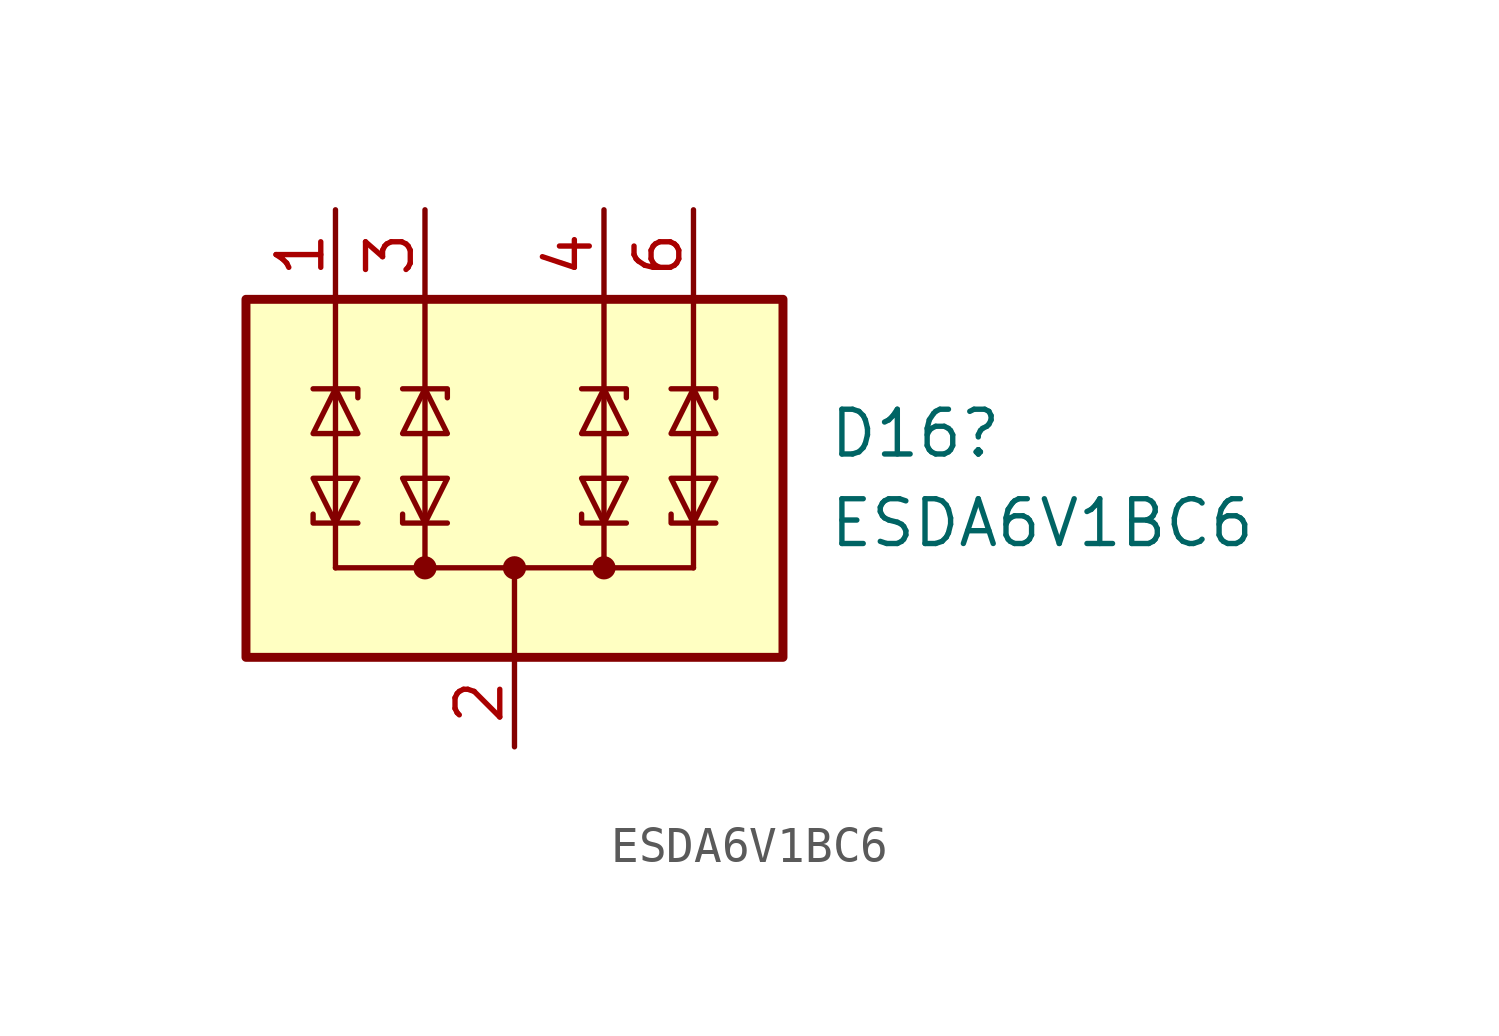
<source format=kicad_sym>
(kicad_symbol_lib
  (version 20211014)
  (generator kicad_symbol_editor)
  (symbol "ESDA6V1BC6"
    (pin_names hide)
    (property "Reference" "D16"
      (at 8.89 1.27 0)
      (effects (font (size 1.27 1.27)) (justify left)))
    (property "Value" "ESDA6V1BC6"
      (at 8.89 -1.27 0)
      (effects (font (size 1.27 1.27)) (justify left)))
    (symbol "ESDA6V1BC6_0_0"
      (pin passive line (at 0 -7.62 90) (length 2.54) (name "COM" (effects (font (size 1.27 1.27)))) (number "2" (effects (font (size 1.27 1.27))))))
    (symbol "ESDA6V1BC6_0_1"
      (rectangle (start -7.62 5.08) (end 7.62 -5.08) (stroke (width 0.254) (type default) (color 0 0 0 0)) (fill (type background)))
      (circle (center -2.54 -2.54) (radius 0.254) (stroke (width 0) (type default) (color 0 0 0 0)) (fill (type outline)))
      (circle (center 0 -2.54) (radius 0.254) (stroke (width 0) (type default) (color 0 0 0 0)) (fill (type outline)))
      (polyline (pts (xy -5.08 -2.54) (xy -5.08 -1.27)) (stroke (width 0) (type default) (color 0 0 0 0)) (fill (type none)))
      (polyline (pts (xy -5.08 -2.54) (xy 5.08 -2.54)) (stroke (width 0) (type default) (color 0 0 0 0)) (fill (type none)))
      (polyline (pts (xy -5.08 2.54) (xy -5.08 -1.27)) (stroke (width 0) (type default) (color 0 0 0 0)) (fill (type none)))
      (polyline (pts (xy -5.08 5.08) (xy -5.08 2.54)) (stroke (width 0) (type default) (color 0 0 0 0)) (fill (type none)))
      (polyline (pts (xy -2.54 -2.54) (xy -2.54 -1.27)) (stroke (width 0) (type default) (color 0 0 0 0)) (fill (type none)))
      (polyline (pts (xy -2.54 2.54) (xy -2.54 -1.27)) (stroke (width 0) (type default) (color 0 0 0 0)) (fill (type none)))
      (polyline (pts (xy -2.54 5.08) (xy -2.54 2.54)) (stroke (width 0) (type default) (color 0 0 0 0)) (fill (type none)))
      (polyline (pts (xy 0 -2.54) (xy 0 -5.08)) (stroke (width 0) (type default) (color 0 0 0 0)) (fill (type none)))
      (polyline (pts (xy 2.54 -2.54) (xy 2.54 -1.27)) (stroke (width 0) (type default) (color 0 0 0 0)) (fill (type none)))
      (polyline (pts (xy 2.54 2.54) (xy 2.54 -1.27)) (stroke (width 0) (type default) (color 0 0 0 0)) (fill (type none)))
      (polyline (pts (xy 2.54 5.08) (xy 2.54 2.54)) (stroke (width 0) (type default) (color 0 0 0 0)) (fill (type none)))
      (polyline (pts (xy 5.08 -2.54) (xy 5.08 -1.27)) (stroke (width 0) (type default) (color 0 0 0 0)) (fill (type none)))
      (polyline (pts (xy 5.08 2.54) (xy 5.08 -1.27)) (stroke (width 0) (type default) (color 0 0 0 0)) (fill (type none)))
      (polyline (pts (xy 5.08 5.08) (xy 5.08 2.54)) (stroke (width 0) (type default) (color 0 0 0 0)) (fill (type none)))
      (polyline (pts (xy -5.715 -1.016) (xy -5.715 -1.27) (xy -4.445 -1.27)) (stroke (width 0) (type default) (color 0 0 0 0)) (fill (type none)))
      (polyline (pts (xy -5.715 2.54) (xy -4.445 2.54) (xy -4.445 2.286)) (stroke (width 0) (type default) (color 0 0 0 0)) (fill (type none)))
      (polyline (pts (xy -3.175 -1.016) (xy -3.175 -1.27) (xy -1.905 -1.27)) (stroke (width 0) (type default) (color 0 0 0 0)) (fill (type none)))
      (polyline (pts (xy -3.175 2.54) (xy -1.905 2.54) (xy -1.905 2.286)) (stroke (width 0) (type default) (color 0 0 0 0)) (fill (type none)))
      (polyline (pts (xy 1.905 -1.016) (xy 1.905 -1.27) (xy 3.175 -1.27)) (stroke (width 0) (type default) (color 0 0 0 0)) (fill (type none)))
      (polyline (pts (xy 1.905 2.54) (xy 3.175 2.54) (xy 3.175 2.286)) (stroke (width 0) (type default) (color 0 0 0 0)) (fill (type none)))
      (polyline (pts (xy 4.445 -1.016) (xy 4.445 -1.27) (xy 5.715 -1.27)) (stroke (width 0) (type default) (color 0 0 0 0)) (fill (type none)))
      (polyline (pts (xy 4.445 2.54) (xy 5.715 2.54) (xy 5.715 2.286)) (stroke (width 0) (type default) (color 0 0 0 0)) (fill (type none)))
      (polyline (pts (xy -5.08 -1.27) (xy -5.715 0) (xy -4.445 0) (xy -5.08 -1.27)) (stroke (width 0) (type default) (color 0 0 0 0)) (fill (type none)))
      (polyline (pts (xy -5.08 2.54) (xy -4.445 1.27) (xy -5.715 1.27) (xy -5.08 2.54)) (stroke (width 0) (type default) (color 0 0 0 0)) (fill (type none)))
      (polyline (pts (xy -2.54 -1.27) (xy -3.175 0) (xy -1.905 0) (xy -2.54 -1.27)) (stroke (width 0) (type default) (color 0 0 0 0)) (fill (type none)))
      (polyline (pts (xy -2.54 2.54) (xy -1.905 1.27) (xy -3.175 1.27) (xy -2.54 2.54)) (stroke (width 0) (type default) (color 0 0 0 0)) (fill (type none)))
      (polyline (pts (xy 2.54 -1.27) (xy 1.905 0) (xy 3.175 0) (xy 2.54 -1.27)) (stroke (width 0) (type default) (color 0 0 0 0)) (fill (type none)))
      (polyline (pts (xy 2.54 2.54) (xy 3.175 1.27) (xy 1.905 1.27) (xy 2.54 2.54)) (stroke (width 0) (type default) (color 0 0 0 0)) (fill (type none)))
      (polyline (pts (xy 5.08 -1.27) (xy 4.445 0) (xy 5.715 0) (xy 5.08 -1.27)) (stroke (width 0) (type default) (color 0 0 0 0)) (fill (type none)))
      (polyline (pts (xy 5.08 2.54) (xy 5.715 1.27) (xy 4.445 1.27) (xy 5.08 2.54)) (stroke (width 0) (type default) (color 0 0 0 0)) (fill (type none)))
      (circle (center 2.54 -2.54) (radius 0.254) (stroke (width 0) (type default) (color 0 0 0 0)) (fill (type outline))))
    (symbol "ESDA6V1BC6_1_1"
      (pin passive line (at -5.08 7.62 270) (length 2.54) (name "TVS1" (effects (font (size 1.27 1.27)))) (number "1" (effects (font (size 1.27 1.27)))))
      (pin passive line (at -2.54 7.62 270) (length 2.54) (name "TVS2" (effects (font (size 1.27 1.27)))) (number "3" (effects (font (size 1.27 1.27)))))
      (pin passive line (at 2.54 7.62 270) (length 2.54) (name "TVS3" (effects (font (size 1.27 1.27)))) (number "4" (effects (font (size 1.27 1.27)))))
      (pin passive line (at 0 -7.62 90) (length 2.54) hide (name "COM" (effects (font (size 1.27 1.27)))) (number "5" (effects (font (size 1.27 1.27)))))
      (pin passive line (at 5.08 7.62 270) (length 2.54) (name "TVS4" (effects (font (size 1.27 1.27)))) (number "6" (effects (font (size 1.27 1.27))))))))
</source>
